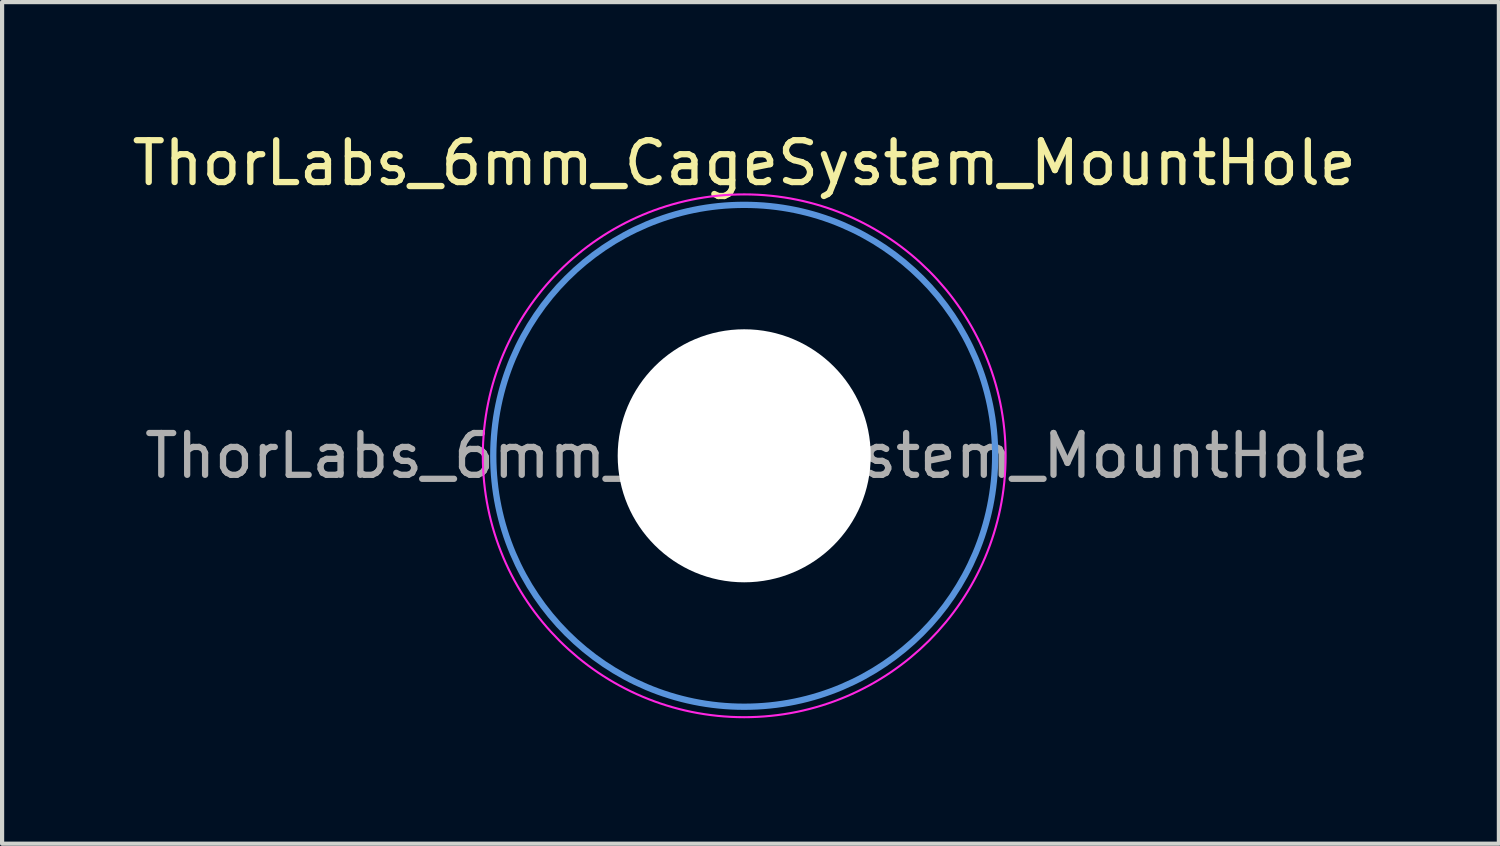
<source format=kicad_pcb>
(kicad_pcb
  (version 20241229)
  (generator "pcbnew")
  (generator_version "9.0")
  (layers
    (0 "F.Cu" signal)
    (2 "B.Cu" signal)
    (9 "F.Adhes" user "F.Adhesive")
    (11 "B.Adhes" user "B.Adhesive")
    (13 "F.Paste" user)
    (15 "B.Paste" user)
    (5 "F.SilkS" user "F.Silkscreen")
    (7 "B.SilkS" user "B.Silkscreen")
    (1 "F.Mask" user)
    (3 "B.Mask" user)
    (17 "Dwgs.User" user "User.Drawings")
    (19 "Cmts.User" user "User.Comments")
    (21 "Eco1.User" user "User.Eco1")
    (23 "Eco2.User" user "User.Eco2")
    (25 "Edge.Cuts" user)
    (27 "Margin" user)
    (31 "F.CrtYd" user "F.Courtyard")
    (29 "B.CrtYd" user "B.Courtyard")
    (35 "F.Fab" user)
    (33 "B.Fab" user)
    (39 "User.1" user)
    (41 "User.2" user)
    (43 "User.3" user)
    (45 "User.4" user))
  (footprint "ThorLabs_6mm_CageSystem_MountHole"
    (layer "F.Cu")
    (at 14.744 7.848)
    (property "Reference" "ThorLabs_6mm_CageSystem_MountHole" (at 0 -7 0) (layer "F.SilkS") (effects (font (size 1 1) (thickness 0.15))))
    (attr exclude_from_pos_files exclude_from_bom)
    (fp_circle (center 0 0) (end 6 0) (stroke (width 0.15) (type solid)) (fill no) (layer "Cmts.User"))
    (fp_circle (center 0 0) (end 6.25 0) (stroke (width 0.05) (type solid)) (fill no) (layer "F.CrtYd"))
    (fp_text user "${REFERENCE}" (at 0.3 0 0) (layer "F.Fab") (effects (font (size 1 1) (thickness 0.15))))
    (pad "" np_thru_hole circle (at 0 0) (size 6.05 6.05) (drill 6.05) (layers "*.Cu" "*.Mask")))
  (gr_rect
    (start -3 -3)
    (end 32.788 17.123)
    (stroke (width 0.1) (type default))
    (fill no)
    (layer "Edge.Cuts")))
</source>
